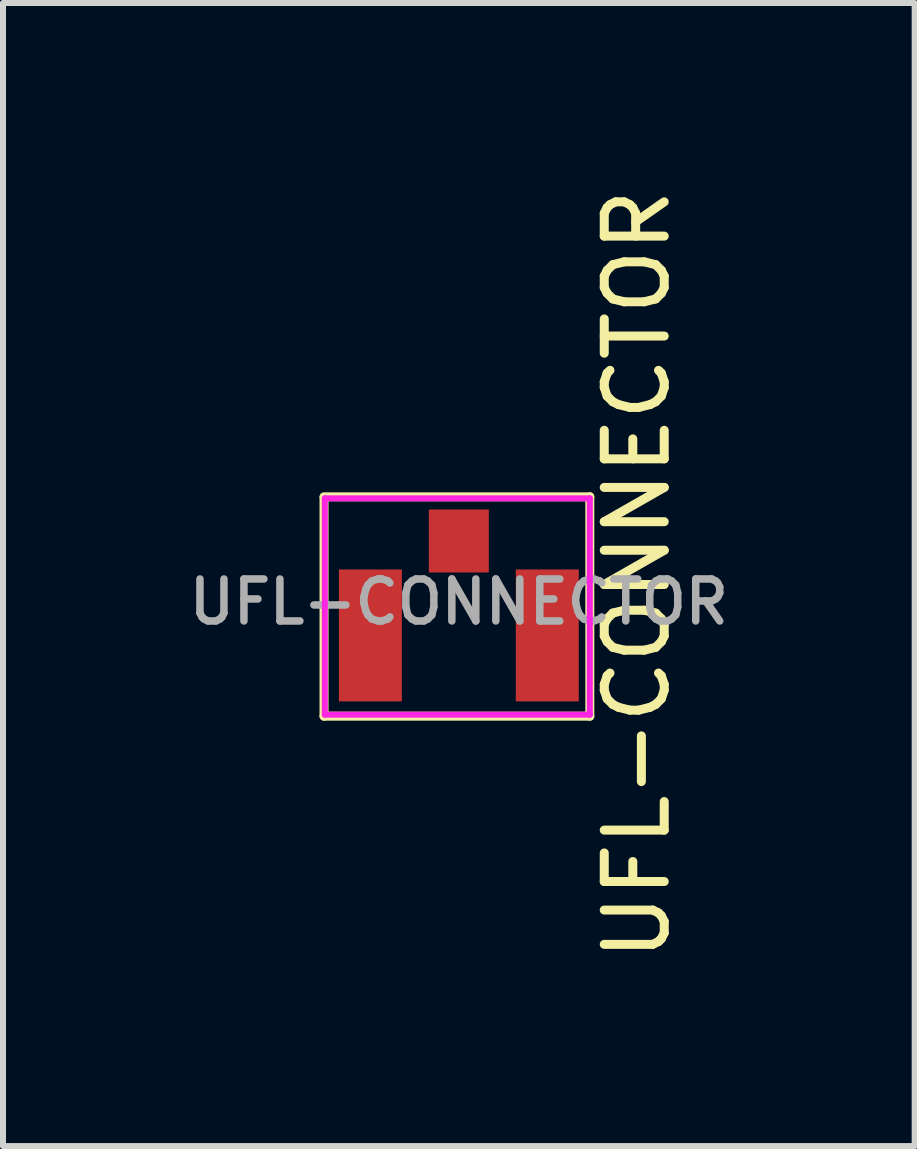
<source format=kicad_pcb>
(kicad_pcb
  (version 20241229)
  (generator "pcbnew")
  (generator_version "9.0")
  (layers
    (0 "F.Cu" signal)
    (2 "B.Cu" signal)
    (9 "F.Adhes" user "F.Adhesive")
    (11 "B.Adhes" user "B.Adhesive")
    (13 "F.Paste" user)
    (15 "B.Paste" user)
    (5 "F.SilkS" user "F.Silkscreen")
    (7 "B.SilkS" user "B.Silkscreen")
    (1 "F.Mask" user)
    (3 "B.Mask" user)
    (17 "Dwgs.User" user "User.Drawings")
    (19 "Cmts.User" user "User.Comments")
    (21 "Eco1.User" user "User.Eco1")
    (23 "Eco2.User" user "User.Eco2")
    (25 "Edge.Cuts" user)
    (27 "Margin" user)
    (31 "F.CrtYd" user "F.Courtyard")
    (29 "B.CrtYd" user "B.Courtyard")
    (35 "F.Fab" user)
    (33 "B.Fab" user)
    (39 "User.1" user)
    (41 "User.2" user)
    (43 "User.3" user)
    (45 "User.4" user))
  (footprint "UFL-CONNECTOR"
    (placed yes)
    (layer "F.Cu")
    (at 4.601 5.971)
    (property "Reference" "UFL-CONNECTOR" (at 2.97 0.559 90) (layer "F.SilkS") (effects (font (size 1 1) (thickness 0.15))))
    (attr through_hole)
    (fp_line (start -2.248 -0.737) (end 2.184 -0.737) (stroke (width 0.15) (type solid)) (layer "F.SilkS"))
    (fp_line (start -2.248 2.921) (end -2.248 -0.724) (stroke (width 0.15) (type solid)) (layer "F.SilkS"))
    (fp_line (start 2.184 -0.737) (end 2.184 2.921) (stroke (width 0.15) (type solid)) (layer "F.SilkS"))
    (fp_line (start 2.184 2.921) (end -2.248 2.921) (stroke (width 0.15) (type solid)) (layer "F.SilkS"))
    (fp_line (start -2.235 -0.711) (end -2.235 2.896) (stroke (width 0.1) (type solid)) (layer "F.CrtYd"))
    (fp_line (start -2.235 2.896) (end 2.184 2.896) (stroke (width 0.1) (type solid)) (layer "F.CrtYd"))
    (fp_line (start 2.184 -0.711) (end -2.235 -0.711) (stroke (width 0.1) (type solid)) (layer "F.CrtYd"))
    (fp_line (start 2.184 2.896) (end 2.184 -0.711) (stroke (width 0.1) (type solid)) (layer "F.CrtYd"))
    (fp_text user "${REFERENCE}" (at 0 1.016 0) (layer "F.Fab") (effects (font (size 0.7 0.7) (thickness 0.125))))
    (pad "1" smd rect (at 0 0) (size 1 1.05) (layers "F.Cu" "F.Mask" "F.Paste"))
    (pad "2" smd rect (at -1.475 1.575) (size 1.05 2.2) (layers "F.Cu" "F.Mask" "F.Paste"))
    (pad "2" smd rect (at 1.475 1.575) (size 1.05 2.2) (layers "F.Cu" "F.Mask" "F.Paste")))
  (gr_rect
    (start -3 -3)
    (end 12.202 16.06)
    (stroke (width 0.1) (type default))
    (fill no)
    (layer "Edge.Cuts")))
</source>
